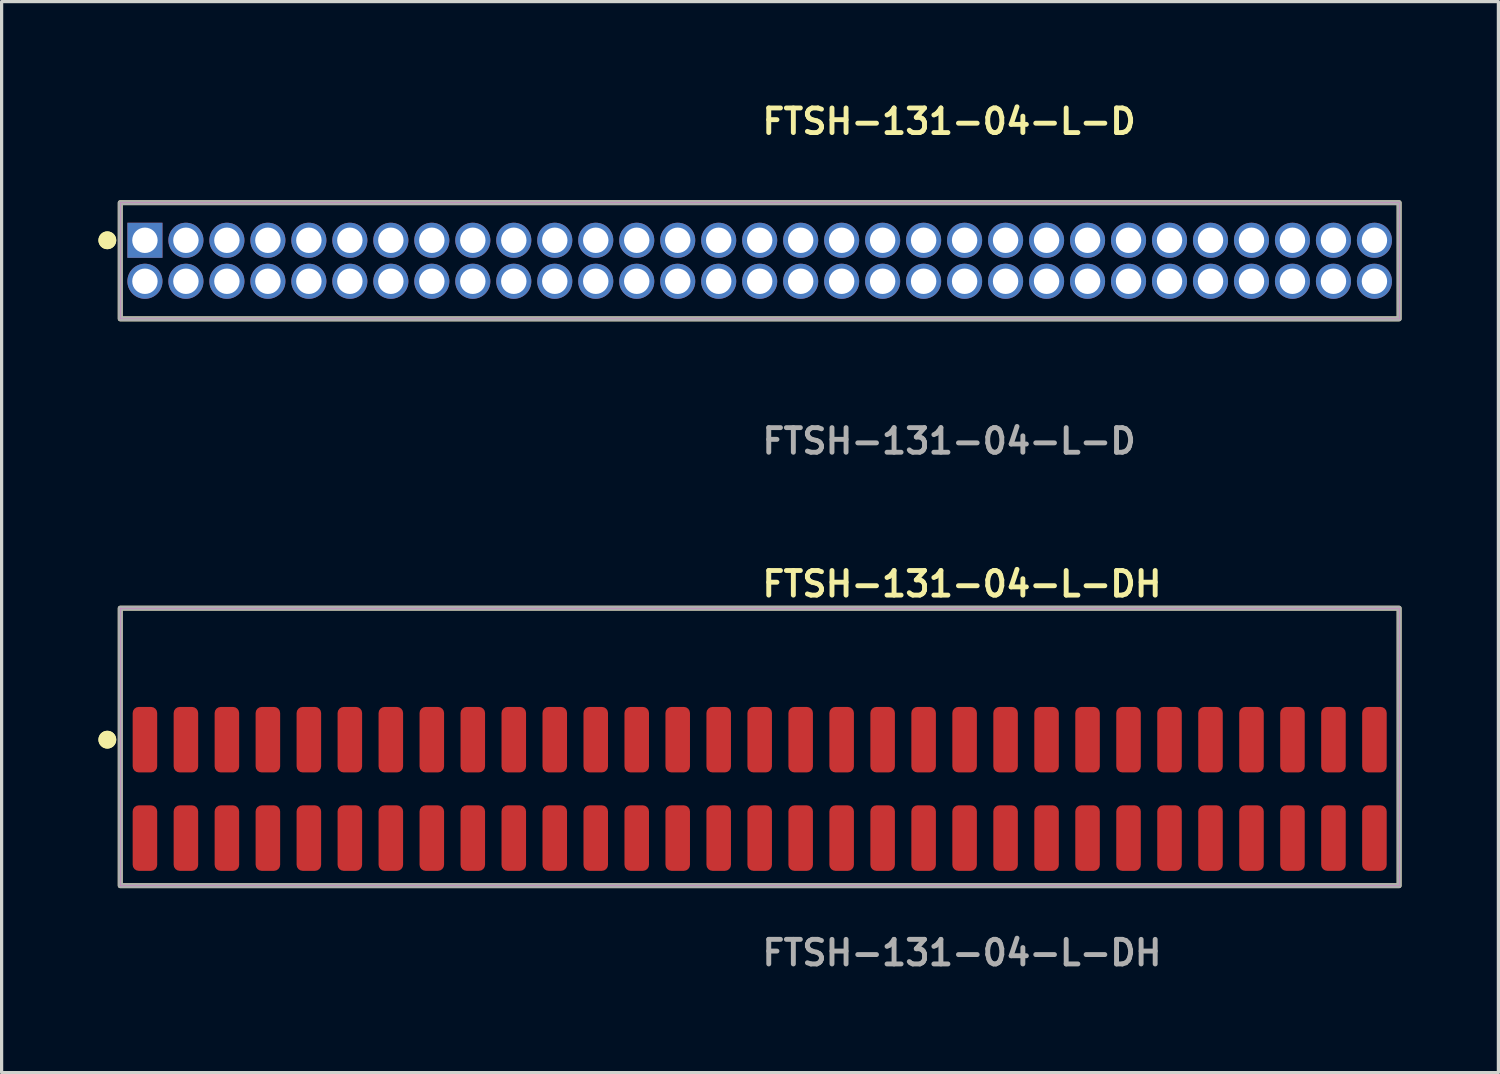
<source format=kicad_pcb>
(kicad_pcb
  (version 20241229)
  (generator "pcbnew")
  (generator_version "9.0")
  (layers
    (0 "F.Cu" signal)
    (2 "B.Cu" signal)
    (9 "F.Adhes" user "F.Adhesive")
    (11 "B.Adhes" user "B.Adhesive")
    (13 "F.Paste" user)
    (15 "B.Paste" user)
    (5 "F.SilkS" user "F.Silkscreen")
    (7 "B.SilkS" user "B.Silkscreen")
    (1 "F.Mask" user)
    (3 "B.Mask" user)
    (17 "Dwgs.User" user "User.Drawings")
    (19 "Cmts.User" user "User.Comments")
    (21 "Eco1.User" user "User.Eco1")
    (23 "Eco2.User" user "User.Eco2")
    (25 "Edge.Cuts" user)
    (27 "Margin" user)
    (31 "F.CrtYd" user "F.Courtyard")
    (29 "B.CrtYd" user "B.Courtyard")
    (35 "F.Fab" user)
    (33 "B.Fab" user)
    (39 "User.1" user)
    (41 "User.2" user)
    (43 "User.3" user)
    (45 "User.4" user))
  (footprint "FTSH-131-04-L-D"
    (layer "F.Cu")
    (at 20.491 5.031)
    (property "Reference" "FTSH-131-04-L-D" (at 0 -4.318 0) (unlocked yes) (layer "F.SilkS") (effects (font (size 0.762 0.762) (thickness 0.152)) (justify left)))
    (fp_rect (start -19.815 1.8) (end 19.815 -1.8) (stroke (width 0.152) (type solid)) (fill no) (layer "F.SilkS"))
    (fp_circle (center -20.215 -0.635) (end -20.415 -0.635) (stroke (width 0.152) (type solid)) (fill yes) (layer "F.SilkS"))
    (fp_circle (center -20.215 -0.635) (end -20.415 -0.635) (stroke (width 0.152) (type solid)) (fill yes) (layer "F.SilkS"))
    (fp_rect (start -19.815 1.8) (end 19.815 -1.8) (stroke (width 0.006) (type solid)) (fill no) (layer "F.CrtYd"))
    (fp_rect (start -19.815 1.8) (end 19.815 -1.8) (stroke (width 0.152) (type solid)) (fill no) (layer "F.Fab"))
    (fp_text user "${REFERENCE}" (at 0 5.588 0) (unlocked yes) (layer "F.Fab") (effects (font (size 0.762 0.762) (thickness 0.152)) (justify left)))
    (pad "1" thru_hole rect (at -19.05 -0.635) (size 1.087 1.087) (drill 0.787) (layers "*.Cu" "*.Mask"))
    (pad "2" thru_hole circle (at -19.05 0.635) (size 1.087 1.087) (drill 0.787) (layers "*.Cu" "*.Mask"))
    (pad "3" thru_hole circle (at -17.78 -0.635) (size 1.087 1.087) (drill 0.787) (layers "*.Cu" "*.Mask"))
    (pad "4" thru_hole circle (at -17.78 0.635) (size 1.087 1.087) (drill 0.787) (layers "*.Cu" "*.Mask"))
    (pad "5" thru_hole circle (at -16.51 -0.635) (size 1.087 1.087) (drill 0.787) (layers "*.Cu" "*.Mask"))
    (pad "6" thru_hole circle (at -16.51 0.635) (size 1.087 1.087) (drill 0.787) (layers "*.Cu" "*.Mask"))
    (pad "7" thru_hole circle (at -15.24 -0.635) (size 1.087 1.087) (drill 0.787) (layers "*.Cu" "*.Mask"))
    (pad "8" thru_hole circle (at -15.24 0.635) (size 1.087 1.087) (drill 0.787) (layers "*.Cu" "*.Mask"))
    (pad "9" thru_hole circle (at -13.97 -0.635) (size 1.087 1.087) (drill 0.787) (layers "*.Cu" "*.Mask"))
    (pad "10" thru_hole circle (at -13.97 0.635) (size 1.087 1.087) (drill 0.787) (layers "*.Cu" "*.Mask"))
    (pad "11" thru_hole circle (at -12.7 -0.635) (size 1.087 1.087) (drill 0.787) (layers "*.Cu" "*.Mask"))
    (pad "12" thru_hole circle (at -12.7 0.635) (size 1.087 1.087) (drill 0.787) (layers "*.Cu" "*.Mask"))
    (pad "13" thru_hole circle (at -11.43 -0.635) (size 1.087 1.087) (drill 0.787) (layers "*.Cu" "*.Mask"))
    (pad "14" thru_hole circle (at -11.43 0.635) (size 1.087 1.087) (drill 0.787) (layers "*.Cu" "*.Mask"))
    (pad "15" thru_hole circle (at -10.16 -0.635) (size 1.087 1.087) (drill 0.787) (layers "*.Cu" "*.Mask"))
    (pad "16" thru_hole circle (at -10.16 0.635) (size 1.087 1.087) (drill 0.787) (layers "*.Cu" "*.Mask"))
    (pad "17" thru_hole circle (at -8.89 -0.635) (size 1.087 1.087) (drill 0.787) (layers "*.Cu" "*.Mask"))
    (pad "18" thru_hole circle (at -8.89 0.635) (size 1.087 1.087) (drill 0.787) (layers "*.Cu" "*.Mask"))
    (pad "19" thru_hole circle (at -7.62 -0.635) (size 1.087 1.087) (drill 0.787) (layers "*.Cu" "*.Mask"))
    (pad "20" thru_hole circle (at -7.62 0.635) (size 1.087 1.087) (drill 0.787) (layers "*.Cu" "*.Mask"))
    (pad "21" thru_hole circle (at -6.35 -0.635) (size 1.087 1.087) (drill 0.787) (layers "*.Cu" "*.Mask"))
    (pad "22" thru_hole circle (at -6.35 0.635) (size 1.087 1.087) (drill 0.787) (layers "*.Cu" "*.Mask"))
    (pad "23" thru_hole circle (at -5.08 -0.635) (size 1.087 1.087) (drill 0.787) (layers "*.Cu" "*.Mask"))
    (pad "24" thru_hole circle (at -5.08 0.635) (size 1.087 1.087) (drill 0.787) (layers "*.Cu" "*.Mask"))
    (pad "25" thru_hole circle (at -3.81 -0.635) (size 1.087 1.087) (drill 0.787) (layers "*.Cu" "*.Mask"))
    (pad "26" thru_hole circle (at -3.81 0.635) (size 1.087 1.087) (drill 0.787) (layers "*.Cu" "*.Mask"))
    (pad "27" thru_hole circle (at -2.54 -0.635) (size 1.087 1.087) (drill 0.787) (layers "*.Cu" "*.Mask"))
    (pad "28" thru_hole circle (at -2.54 0.635) (size 1.087 1.087) (drill 0.787) (layers "*.Cu" "*.Mask"))
    (pad "29" thru_hole circle (at -1.27 -0.635) (size 1.087 1.087) (drill 0.787) (layers "*.Cu" "*.Mask"))
    (pad "30" thru_hole circle (at -1.27 0.635) (size 1.087 1.087) (drill 0.787) (layers "*.Cu" "*.Mask"))
    (pad "31" thru_hole circle (at 0 -0.635) (size 1.087 1.087) (drill 0.787) (layers "*.Cu" "*.Mask"))
    (pad "32" thru_hole circle (at 0 0.635) (size 1.087 1.087) (drill 0.787) (layers "*.Cu" "*.Mask"))
    (pad "33" thru_hole circle (at 1.27 -0.635) (size 1.087 1.087) (drill 0.787) (layers "*.Cu" "*.Mask"))
    (pad "34" thru_hole circle (at 1.27 0.635) (size 1.087 1.087) (drill 0.787) (layers "*.Cu" "*.Mask"))
    (pad "35" thru_hole circle (at 2.54 -0.635) (size 1.087 1.087) (drill 0.787) (layers "*.Cu" "*.Mask"))
    (pad "36" thru_hole circle (at 2.54 0.635) (size 1.087 1.087) (drill 0.787) (layers "*.Cu" "*.Mask"))
    (pad "37" thru_hole circle (at 3.81 -0.635) (size 1.087 1.087) (drill 0.787) (layers "*.Cu" "*.Mask"))
    (pad "38" thru_hole circle (at 3.81 0.635) (size 1.087 1.087) (drill 0.787) (layers "*.Cu" "*.Mask"))
    (pad "39" thru_hole circle (at 5.08 -0.635) (size 1.087 1.087) (drill 0.787) (layers "*.Cu" "*.Mask"))
    (pad "40" thru_hole circle (at 5.08 0.635) (size 1.087 1.087) (drill 0.787) (layers "*.Cu" "*.Mask"))
    (pad "41" thru_hole circle (at 6.35 -0.635) (size 1.087 1.087) (drill 0.787) (layers "*.Cu" "*.Mask"))
    (pad "42" thru_hole circle (at 6.35 0.635) (size 1.087 1.087) (drill 0.787) (layers "*.Cu" "*.Mask"))
    (pad "43" thru_hole circle (at 7.62 -0.635) (size 1.087 1.087) (drill 0.787) (layers "*.Cu" "*.Mask"))
    (pad "44" thru_hole circle (at 7.62 0.635) (size 1.087 1.087) (drill 0.787) (layers "*.Cu" "*.Mask"))
    (pad "45" thru_hole circle (at 8.89 -0.635) (size 1.087 1.087) (drill 0.787) (layers "*.Cu" "*.Mask"))
    (pad "46" thru_hole circle (at 8.89 0.635) (size 1.087 1.087) (drill 0.787) (layers "*.Cu" "*.Mask"))
    (pad "47" thru_hole circle (at 10.16 -0.635) (size 1.087 1.087) (drill 0.787) (layers "*.Cu" "*.Mask"))
    (pad "48" thru_hole circle (at 10.16 0.635) (size 1.087 1.087) (drill 0.787) (layers "*.Cu" "*.Mask"))
    (pad "49" thru_hole circle (at 11.43 -0.635) (size 1.087 1.087) (drill 0.787) (layers "*.Cu" "*.Mask"))
    (pad "50" thru_hole circle (at 11.43 0.635) (size 1.087 1.087) (drill 0.787) (layers "*.Cu" "*.Mask"))
    (pad "51" thru_hole circle (at 12.7 -0.635) (size 1.087 1.087) (drill 0.787) (layers "*.Cu" "*.Mask"))
    (pad "52" thru_hole circle (at 12.7 0.635) (size 1.087 1.087) (drill 0.787) (layers "*.Cu" "*.Mask"))
    (pad "53" thru_hole circle (at 13.97 -0.635) (size 1.087 1.087) (drill 0.787) (layers "*.Cu" "*.Mask"))
    (pad "54" thru_hole circle (at 13.97 0.635) (size 1.087 1.087) (drill 0.787) (layers "*.Cu" "*.Mask"))
    (pad "55" thru_hole circle (at 15.24 -0.635) (size 1.087 1.087) (drill 0.787) (layers "*.Cu" "*.Mask"))
    (pad "56" thru_hole circle (at 15.24 0.635) (size 1.087 1.087) (drill 0.787) (layers "*.Cu" "*.Mask"))
    (pad "57" thru_hole circle (at 16.51 -0.635) (size 1.087 1.087) (drill 0.787) (layers "*.Cu" "*.Mask"))
    (pad "58" thru_hole circle (at 16.51 0.635) (size 1.087 1.087) (drill 0.787) (layers "*.Cu" "*.Mask"))
    (pad "59" thru_hole circle (at 17.78 -0.635) (size 1.087 1.087) (drill 0.787) (layers "*.Cu" "*.Mask"))
    (pad "60" thru_hole circle (at 17.78 0.635) (size 1.087 1.087) (drill 0.787) (layers "*.Cu" "*.Mask"))
    (pad "61" thru_hole circle (at 19.05 -0.635) (size 1.087 1.087) (drill 0.787) (layers "*.Cu" "*.Mask"))
    (pad "62" thru_hole circle (at 19.05 0.635) (size 1.087 1.087) (drill 0.787) (layers "*.Cu" "*.Mask")))
  (footprint "FTSH-131-04-L-DH"
    (layer "F.Cu")
    (at 20.491 21.396)
    (property "Reference" "FTSH-131-04-L-DH" (at 0 -6.35 0) (unlocked yes) (layer "F.SilkS") (effects (font (size 0.762 0.762) (thickness 0.152)) (justify left)))
    (fp_rect (start -19.815 3) (end 19.815 -5.6) (stroke (width 0.152) (type solid)) (fill no) (layer "F.SilkS"))
    (fp_circle (center -20.215 -1.525) (end -20.415 -1.525) (stroke (width 0.152) (type solid)) (fill yes) (layer "F.SilkS"))
    (fp_circle (center -20.215 -1.525) (end -20.415 -1.525) (stroke (width 0.152) (type solid)) (fill yes) (layer "F.SilkS"))
    (fp_rect (start -19.815 3) (end 19.815 -5.6) (stroke (width 0.006) (type solid)) (fill no) (layer "F.CrtYd"))
    (fp_rect (start -19.815 3) (end 19.815 -5.6) (stroke (width 0.152) (type solid)) (fill no) (layer "F.Fab"))
    (fp_text user "${REFERENCE}" (at 0 5.08 0) (unlocked yes) (layer "F.Fab") (effects (font (size 0.762 0.762) (thickness 0.152)) (justify left)))
    (pad "1" smd roundrect (at -19.05 -1.525) (size 0.76 2.03) (layers "F.Cu" "F.Paste") (roundrect_rratio 0.25))
    (pad "2" smd roundrect (at -19.05 1.525) (size 0.76 2.03) (layers "F.Cu" "F.Paste") (roundrect_rratio 0.25))
    (pad "3" smd roundrect (at -17.78 -1.525) (size 0.76 2.03) (layers "F.Cu" "F.Paste") (roundrect_rratio 0.25))
    (pad "4" smd roundrect (at -17.78 1.525) (size 0.76 2.03) (layers "F.Cu" "F.Paste") (roundrect_rratio 0.25))
    (pad "5" smd roundrect (at -16.51 -1.525) (size 0.76 2.03) (layers "F.Cu" "F.Paste") (roundrect_rratio 0.25))
    (pad "6" smd roundrect (at -16.51 1.525) (size 0.76 2.03) (layers "F.Cu" "F.Paste") (roundrect_rratio 0.25))
    (pad "7" smd roundrect (at -15.24 -1.525) (size 0.76 2.03) (layers "F.Cu" "F.Paste") (roundrect_rratio 0.25))
    (pad "8" smd roundrect (at -15.24 1.525) (size 0.76 2.03) (layers "F.Cu" "F.Paste") (roundrect_rratio 0.25))
    (pad "9" smd roundrect (at -13.97 -1.525) (size 0.76 2.03) (layers "F.Cu" "F.Paste") (roundrect_rratio 0.25))
    (pad "10" smd roundrect (at -13.97 1.525) (size 0.76 2.03) (layers "F.Cu" "F.Paste") (roundrect_rratio 0.25))
    (pad "11" smd roundrect (at -12.7 -1.525) (size 0.76 2.03) (layers "F.Cu" "F.Paste") (roundrect_rratio 0.25))
    (pad "12" smd roundrect (at -12.7 1.525) (size 0.76 2.03) (layers "F.Cu" "F.Paste") (roundrect_rratio 0.25))
    (pad "13" smd roundrect (at -11.43 -1.525) (size 0.76 2.03) (layers "F.Cu" "F.Paste") (roundrect_rratio 0.25))
    (pad "14" smd roundrect (at -11.43 1.525) (size 0.76 2.03) (layers "F.Cu" "F.Paste") (roundrect_rratio 0.25))
    (pad "15" smd roundrect (at -10.16 -1.525) (size 0.76 2.03) (layers "F.Cu" "F.Paste") (roundrect_rratio 0.25))
    (pad "16" smd roundrect (at -10.16 1.525) (size 0.76 2.03) (layers "F.Cu" "F.Paste") (roundrect_rratio 0.25))
    (pad "17" smd roundrect (at -8.89 -1.525) (size 0.76 2.03) (layers "F.Cu" "F.Paste") (roundrect_rratio 0.25))
    (pad "18" smd roundrect (at -8.89 1.525) (size 0.76 2.03) (layers "F.Cu" "F.Paste") (roundrect_rratio 0.25))
    (pad "19" smd roundrect (at -7.62 -1.525) (size 0.76 2.03) (layers "F.Cu" "F.Paste") (roundrect_rratio 0.25))
    (pad "20" smd roundrect (at -7.62 1.525) (size 0.76 2.03) (layers "F.Cu" "F.Paste") (roundrect_rratio 0.25))
    (pad "21" smd roundrect (at -6.35 -1.525) (size 0.76 2.03) (layers "F.Cu" "F.Paste") (roundrect_rratio 0.25))
    (pad "22" smd roundrect (at -6.35 1.525) (size 0.76 2.03) (layers "F.Cu" "F.Paste") (roundrect_rratio 0.25))
    (pad "23" smd roundrect (at -5.08 -1.525) (size 0.76 2.03) (layers "F.Cu" "F.Paste") (roundrect_rratio 0.25))
    (pad "24" smd roundrect (at -5.08 1.525) (size 0.76 2.03) (layers "F.Cu" "F.Paste") (roundrect_rratio 0.25))
    (pad "25" smd roundrect (at -3.81 -1.525) (size 0.76 2.03) (layers "F.Cu" "F.Paste") (roundrect_rratio 0.25))
    (pad "26" smd roundrect (at -3.81 1.525) (size 0.76 2.03) (layers "F.Cu" "F.Paste") (roundrect_rratio 0.25))
    (pad "27" smd roundrect (at -2.54 -1.525) (size 0.76 2.03) (layers "F.Cu" "F.Paste") (roundrect_rratio 0.25))
    (pad "28" smd roundrect (at -2.54 1.525) (size 0.76 2.03) (layers "F.Cu" "F.Paste") (roundrect_rratio 0.25))
    (pad "29" smd roundrect (at -1.27 -1.525) (size 0.76 2.03) (layers "F.Cu" "F.Paste") (roundrect_rratio 0.25))
    (pad "30" smd roundrect (at -1.27 1.525) (size 0.76 2.03) (layers "F.Cu" "F.Paste") (roundrect_rratio 0.25))
    (pad "31" smd roundrect (at 0 -1.525) (size 0.76 2.03) (layers "F.Cu" "F.Paste") (roundrect_rratio 0.25))
    (pad "32" smd roundrect (at 0 1.525) (size 0.76 2.03) (layers "F.Cu" "F.Paste") (roundrect_rratio 0.25))
    (pad "33" smd roundrect (at 1.27 -1.525) (size 0.76 2.03) (layers "F.Cu" "F.Paste") (roundrect_rratio 0.25))
    (pad "34" smd roundrect (at 1.27 1.525) (size 0.76 2.03) (layers "F.Cu" "F.Paste") (roundrect_rratio 0.25))
    (pad "35" smd roundrect (at 2.54 -1.525) (size 0.76 2.03) (layers "F.Cu" "F.Paste") (roundrect_rratio 0.25))
    (pad "36" smd roundrect (at 2.54 1.525) (size 0.76 2.03) (layers "F.Cu" "F.Paste") (roundrect_rratio 0.25))
    (pad "37" smd roundrect (at 3.81 -1.525) (size 0.76 2.03) (layers "F.Cu" "F.Paste") (roundrect_rratio 0.25))
    (pad "38" smd roundrect (at 3.81 1.525) (size 0.76 2.03) (layers "F.Cu" "F.Paste") (roundrect_rratio 0.25))
    (pad "39" smd roundrect (at 5.08 -1.525) (size 0.76 2.03) (layers "F.Cu" "F.Paste") (roundrect_rratio 0.25))
    (pad "40" smd roundrect (at 5.08 1.525) (size 0.76 2.03) (layers "F.Cu" "F.Paste") (roundrect_rratio 0.25))
    (pad "41" smd roundrect (at 6.35 -1.525) (size 0.76 2.03) (layers "F.Cu" "F.Paste") (roundrect_rratio 0.25))
    (pad "42" smd roundrect (at 6.35 1.525) (size 0.76 2.03) (layers "F.Cu" "F.Paste") (roundrect_rratio 0.25))
    (pad "43" smd roundrect (at 7.62 -1.525) (size 0.76 2.03) (layers "F.Cu" "F.Paste") (roundrect_rratio 0.25))
    (pad "44" smd roundrect (at 7.62 1.525) (size 0.76 2.03) (layers "F.Cu" "F.Paste") (roundrect_rratio 0.25))
    (pad "45" smd roundrect (at 8.89 -1.525) (size 0.76 2.03) (layers "F.Cu" "F.Paste") (roundrect_rratio 0.25))
    (pad "46" smd roundrect (at 8.89 1.525) (size 0.76 2.03) (layers "F.Cu" "F.Paste") (roundrect_rratio 0.25))
    (pad "47" smd roundrect (at 10.16 -1.525) (size 0.76 2.03) (layers "F.Cu" "F.Paste") (roundrect_rratio 0.25))
    (pad "48" smd roundrect (at 10.16 1.525) (size 0.76 2.03) (layers "F.Cu" "F.Paste") (roundrect_rratio 0.25))
    (pad "49" smd roundrect (at 11.43 -1.525) (size 0.76 2.03) (layers "F.Cu" "F.Paste") (roundrect_rratio 0.25))
    (pad "50" smd roundrect (at 11.43 1.525) (size 0.76 2.03) (layers "F.Cu" "F.Paste") (roundrect_rratio 0.25))
    (pad "51" smd roundrect (at 12.7 -1.525) (size 0.76 2.03) (layers "F.Cu" "F.Paste") (roundrect_rratio 0.25))
    (pad "52" smd roundrect (at 12.7 1.525) (size 0.76 2.03) (layers "F.Cu" "F.Paste") (roundrect_rratio 0.25))
    (pad "53" smd roundrect (at 13.97 -1.525) (size 0.76 2.03) (layers "F.Cu" "F.Paste") (roundrect_rratio 0.25))
    (pad "54" smd roundrect (at 13.97 1.525) (size 0.76 2.03) (layers "F.Cu" "F.Paste") (roundrect_rratio 0.25))
    (pad "55" smd roundrect (at 15.24 -1.525) (size 0.76 2.03) (layers "F.Cu" "F.Paste") (roundrect_rratio 0.25))
    (pad "56" smd roundrect (at 15.24 1.525) (size 0.76 2.03) (layers "F.Cu" "F.Paste") (roundrect_rratio 0.25))
    (pad "57" smd roundrect (at 16.51 -1.525) (size 0.76 2.03) (layers "F.Cu" "F.Paste") (roundrect_rratio 0.25))
    (pad "58" smd roundrect (at 16.51 1.525) (size 0.76 2.03) (layers "F.Cu" "F.Paste") (roundrect_rratio 0.25))
    (pad "59" smd roundrect (at 17.78 -1.525) (size 0.76 2.03) (layers "F.Cu" "F.Paste") (roundrect_rratio 0.25))
    (pad "60" smd roundrect (at 17.78 1.525) (size 0.76 2.03) (layers "F.Cu" "F.Paste") (roundrect_rratio 0.25))
    (pad "61" smd roundrect (at 19.05 -1.525) (size 0.76 2.03) (layers "F.Cu" "F.Paste") (roundrect_rratio 0.25))
    (pad "62" smd roundrect (at 19.05 1.525) (size 0.76 2.03) (layers "F.Cu" "F.Paste") (roundrect_rratio 0.25)))
  (gr_rect
    (start -3 -3)
    (end 43.382 30.189)
    (stroke (width 0.1) (type default))
    (fill no)
    (layer "Edge.Cuts")))
</source>
